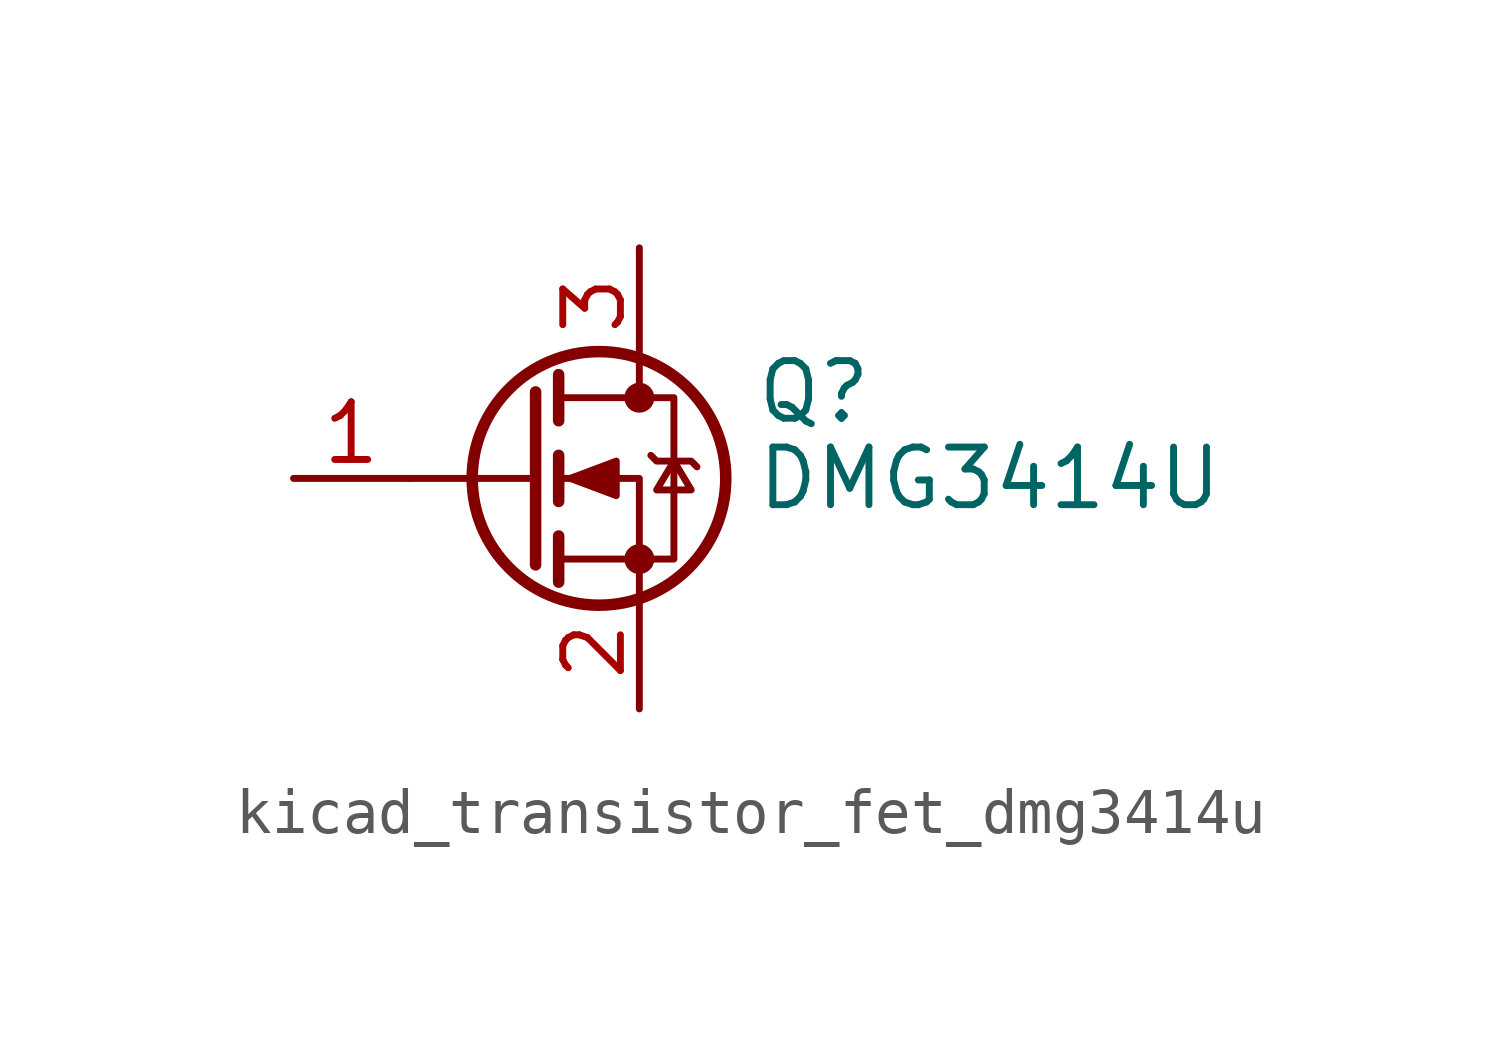
<source format=kicad_sym>
(kicad_symbol_lib
  (version 20220914)
  (generator kicad_symbol_editor)
  (symbol "kicad_transistor_fet_dmg3414u"
    (pin_names hide)
    (property "Reference" "Q"
      (at 5.08 1.905 0)
      (effects (font (size 1.27 1.27)) (justify left)))
    (property "Value" "DMG3414U"
      (at 5.08 0 0)
      (effects (font (size 1.27 1.27)) (justify left)))
    (symbol "kicad_transistor_fet_dmg3414u_0_1"
      (polyline (pts (xy 0.254 0) (xy -2.54 0)) (stroke (width 0) (type default)) (fill (type none)))
      (polyline (pts (xy 0.254 1.905) (xy 0.254 -1.905)) (stroke (width 0.254) (type default)) (fill (type none)))
      (polyline (pts (xy 0.762 -1.27) (xy 0.762 -2.286)) (stroke (width 0.254) (type default)) (fill (type none)))
      (polyline (pts (xy 0.762 0.508) (xy 0.762 -0.508)) (stroke (width 0.254) (type default)) (fill (type none)))
      (polyline (pts (xy 0.762 2.286) (xy 0.762 1.27)) (stroke (width 0.254) (type default)) (fill (type none)))
      (polyline (pts (xy 2.54 2.54) (xy 2.54 1.778)) (stroke (width 0) (type default)) (fill (type none)))
      (polyline (pts (xy 2.54 -2.54) (xy 2.54 0) (xy 0.762 0)) (stroke (width 0) (type default)) (fill (type none)))
      (polyline (pts (xy 0.762 -1.778) (xy 3.302 -1.778) (xy 3.302 1.778) (xy 0.762 1.778)) (stroke (width 0) (type default)) (fill (type none)))
      (polyline (pts (xy 1.016 0) (xy 2.032 0.381) (xy 2.032 -0.381) (xy 1.016 0)) (stroke (width 0) (type default)) (fill (type outline)))
      (polyline (pts (xy 2.794 0.508) (xy 2.921 0.381) (xy 3.683 0.381) (xy 3.81 0.254)) (stroke (width 0) (type default)) (fill (type none)))
      (polyline (pts (xy 3.302 0.381) (xy 2.921 -0.254) (xy 3.683 -0.254) (xy 3.302 0.381)) (stroke (width 0) (type default)) (fill (type none)))
      (circle (center 1.651 0) (radius 2.794) (stroke (width 0.254) (type default)) (fill (type none)))
      (circle (center 2.54 -1.778) (radius 0.254) (stroke (width 0) (type default)) (fill (type outline)))
      (circle (center 2.54 1.778) (radius 0.254) (stroke (width 0) (type default)) (fill (type outline))))
    (symbol "kicad_transistor_fet_dmg3414u_1_1"
      (pin input line (at -5.08 0 0) (length 2.54) (name "G" (effects (font (size 1.27 1.27)))) (number "1" (effects (font (size 1.27 1.27)))))
      (pin passive line (at 2.54 -5.08 90) (length 2.54) (name "S" (effects (font (size 1.27 1.27)))) (number "2" (effects (font (size 1.27 1.27)))))
      (pin passive line (at 2.54 5.08 270) (length 2.54) (name "D" (effects (font (size 1.27 1.27)))) (number "3" (effects (font (size 1.27 1.27))))))))
</source>
